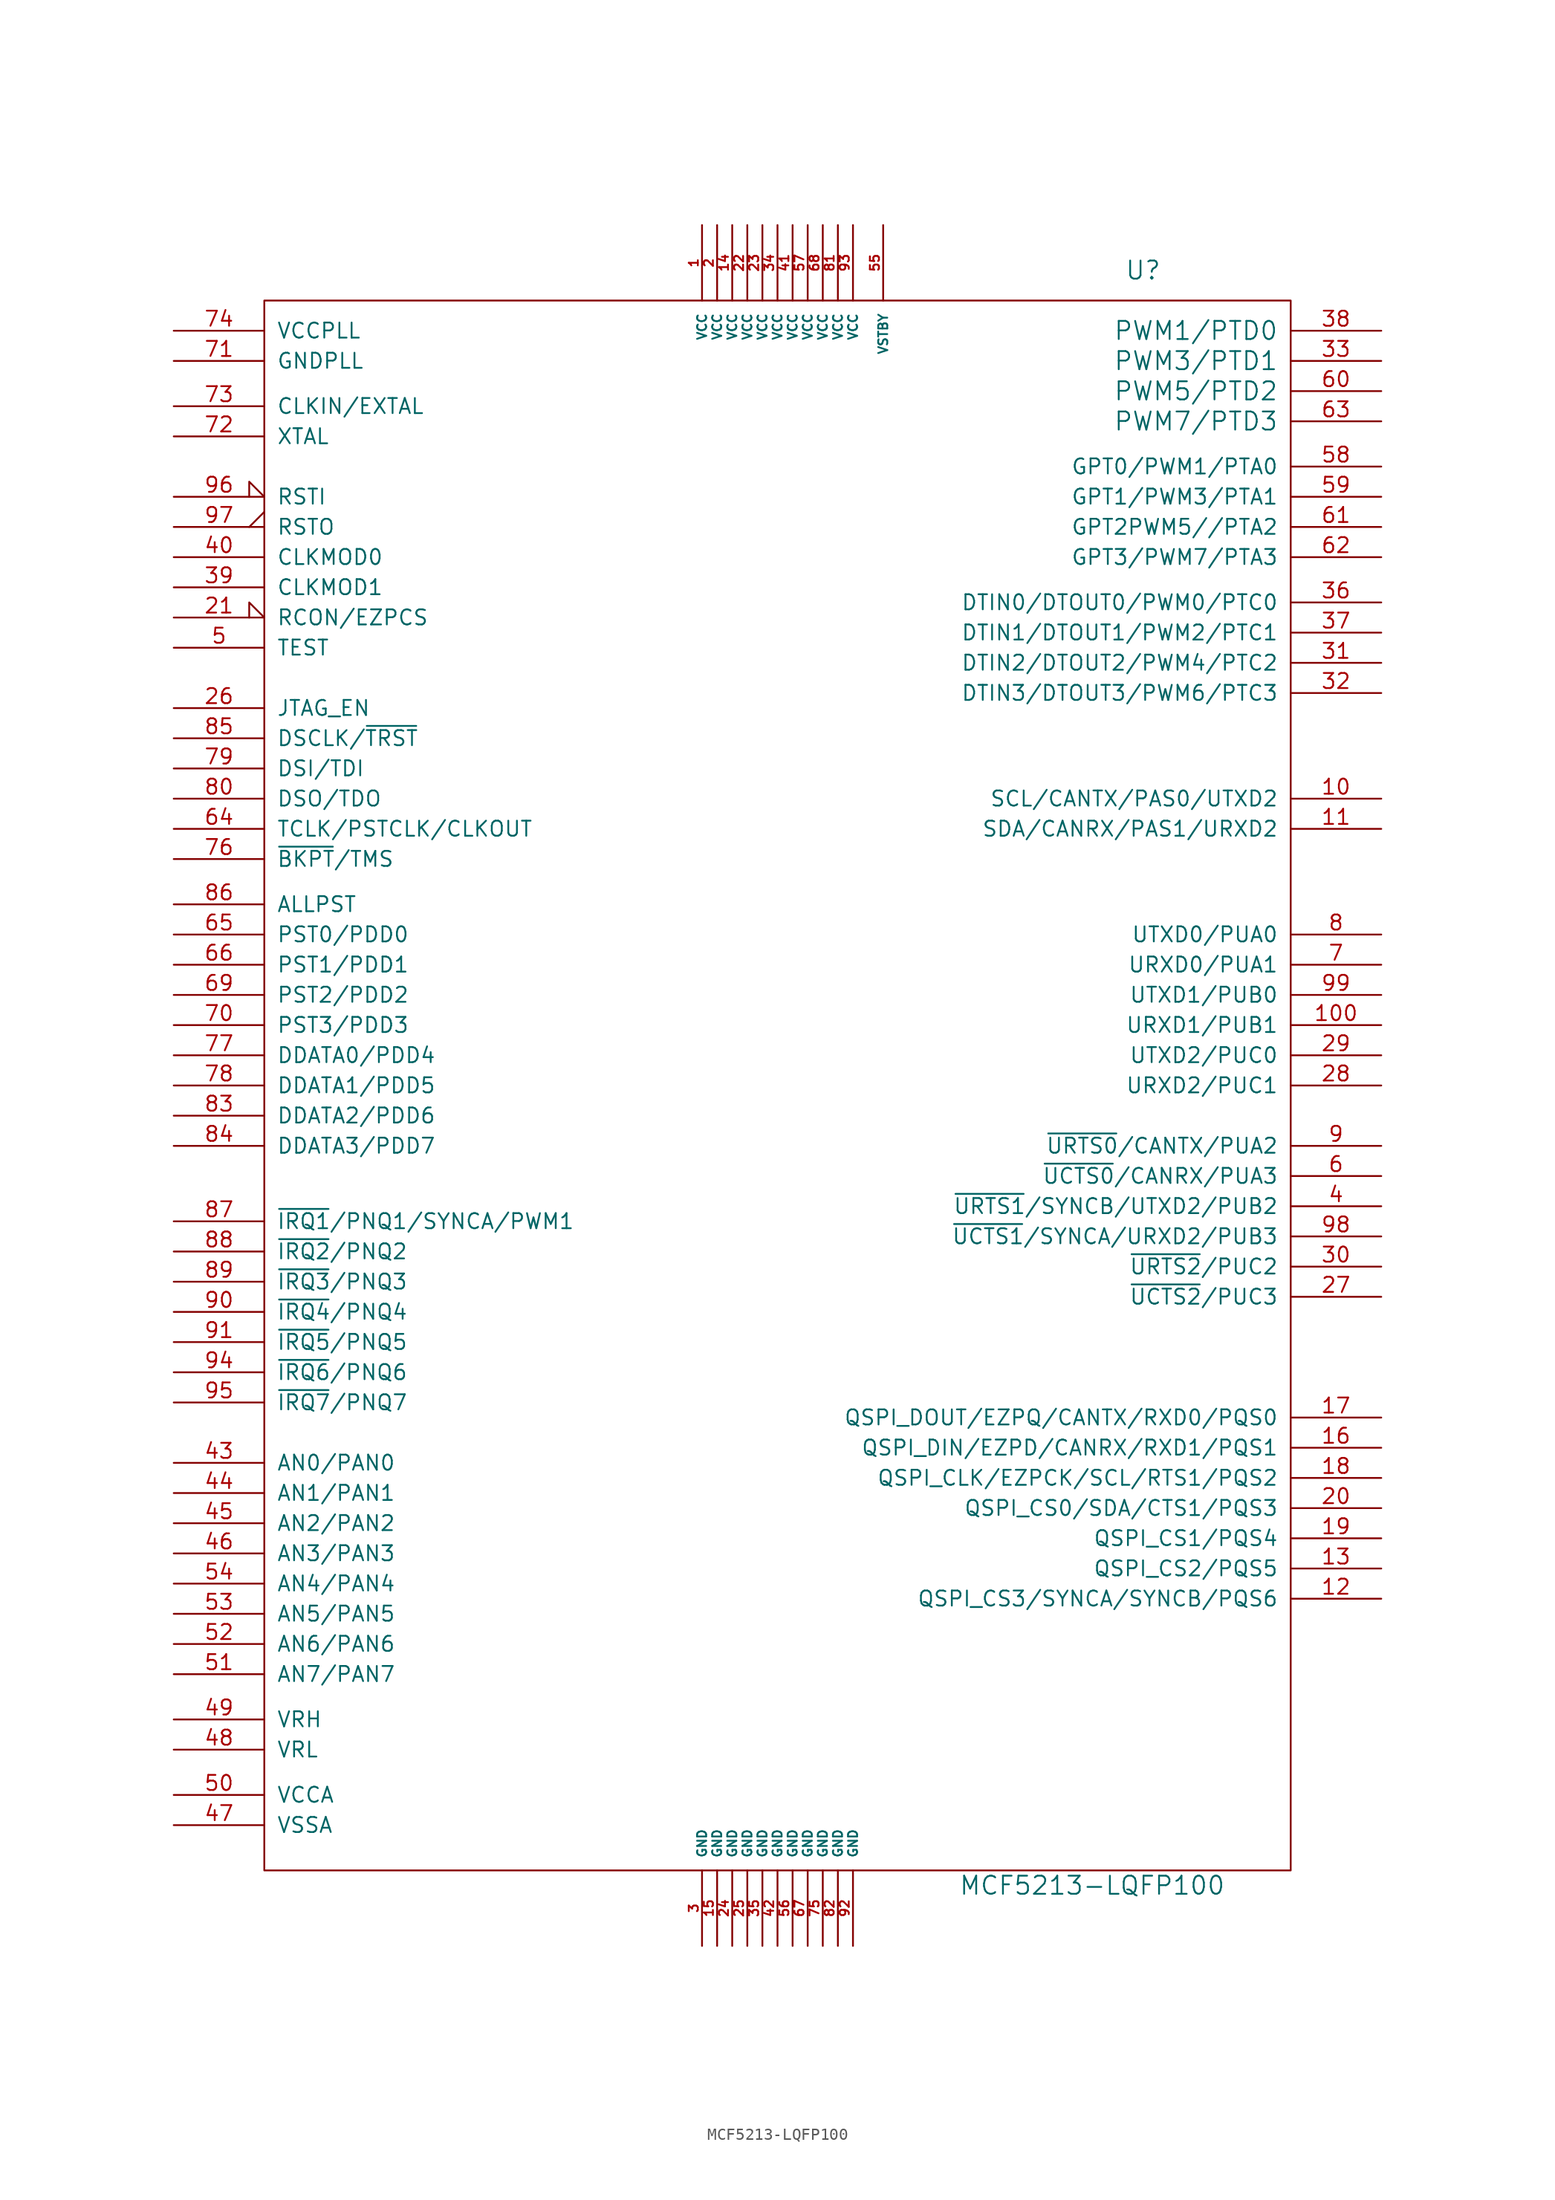
<source format=kicad_sym>
(kicad_symbol_lib
  (version 20201005)
  (generator kicad_symbol_editor)
  (symbol "kit-coldfire_schlib:MCF5213-LQFP100"
    (pin_names
      (offset 1.016))
    (property "Reference" "U"
      (at 29.21 68.58 0)
      (effects (font (size 1.524 1.524)) (justify left)))
    (property "Value" "MCF5213-LQFP100"
      (at 15.24 -67.31 0)
      (effects (font (size 1.524 1.524)) (justify left)))
    (property "Footprint" ""
      (at 0 0 0)
      (effects (font (size 1.524 1.524))))
    (property "Datasheet" ""
      (at 0 0 0)
      (effects (font (size 1.524 1.524))))
    (symbol "MCF5213-LQFP100_0_1"
      (rectangle (start -43.18 66.04) (end 43.18 -66.04) (stroke (width 0)) (fill (type none))))
    (symbol "MCF5213-LQFP100_1_1"
      (pin power_in line (at -6.35 72.39 270) (length 6.35) (name "VCC" (effects (font (size 0.762 0.762)))) (number "1" (effects (font (size 0.762 0.762)))))
      (pin bidirectional line (at 50.8 24.13 180) (length 7.62) (name "SCL/CANTX/PAS0/UTXD2" (effects (font (size 1.27 1.27)))) (number "10" (effects (font (size 1.27 1.27)))))
      (pin bidirectional line (at 50.8 5.08 180) (length 7.62) (name "URXD1/PUB1" (effects (font (size 1.27 1.27)))) (number "100" (effects (font (size 1.27 1.27)))))
      (pin bidirectional line (at 50.8 21.59 180) (length 7.62) (name "SDA/CANRX/PAS1/URXD2" (effects (font (size 1.27 1.27)))) (number "11" (effects (font (size 1.27 1.27)))))
      (pin bidirectional line (at 50.8 -43.18 180) (length 7.62) (name "QSPI_CS3/SYNCA/SYNCB/PQS6" (effects (font (size 1.27 1.27)))) (number "12" (effects (font (size 1.27 1.27)))))
      (pin bidirectional line (at 50.8 -40.64 180) (length 7.62) (name "QSPI_CS2/PQS5" (effects (font (size 1.27 1.27)))) (number "13" (effects (font (size 1.27 1.27)))))
      (pin power_in line (at -3.81 72.39 270) (length 6.35) (name "VCC" (effects (font (size 0.762 0.762)))) (number "14" (effects (font (size 0.762 0.762)))))
      (pin power_in line (at -5.08 -72.39 90) (length 6.35) (name "GND" (effects (font (size 0.762 0.762)))) (number "15" (effects (font (size 0.762 0.762)))))
      (pin bidirectional line (at 50.8 -30.48 180) (length 7.62) (name "QSPI_DIN/EZPD/CANRX/RXD1/PQS1" (effects (font (size 1.27 1.27)))) (number "16" (effects (font (size 1.27 1.27)))))
      (pin bidirectional line (at 50.8 -27.94 180) (length 7.62) (name "QSPI_DOUT/EZPQ/CANTX/RXD0/PQS0" (effects (font (size 1.27 1.27)))) (number "17" (effects (font (size 1.27 1.27)))))
      (pin bidirectional line (at 50.8 -33.02 180) (length 7.62) (name "QSPI_CLK/EZPCK/SCL/RTS1/PQS2" (effects (font (size 1.27 1.27)))) (number "18" (effects (font (size 1.27 1.27)))))
      (pin bidirectional line (at 50.8 -38.1 180) (length 7.62) (name "QSPI_CS1/PQS4" (effects (font (size 1.27 1.27)))) (number "19" (effects (font (size 1.27 1.27)))))
      (pin power_in line (at -5.08 72.39 270) (length 6.35) (name "VCC" (effects (font (size 0.762 0.762)))) (number "2" (effects (font (size 0.762 0.762)))))
      (pin bidirectional line (at 50.8 -35.56 180) (length 7.62) (name "QSPI_CS0/SDA/CTS1/PQS3" (effects (font (size 1.27 1.27)))) (number "20" (effects (font (size 1.27 1.27)))))
      (pin input input_low (at -50.8 39.37 0) (length 7.62) (name "RCON/EZPCS" (effects (font (size 1.27 1.27)))) (number "21" (effects (font (size 1.27 1.27)))))
      (pin power_in line (at -2.54 72.39 270) (length 6.35) (name "VCC" (effects (font (size 0.762 0.762)))) (number "22" (effects (font (size 0.762 0.762)))))
      (pin power_in line (at -1.27 72.39 270) (length 6.35) (name "VCC" (effects (font (size 0.762 0.762)))) (number "23" (effects (font (size 0.762 0.762)))))
      (pin power_in line (at -3.81 -72.39 90) (length 6.35) (name "GND" (effects (font (size 0.762 0.762)))) (number "24" (effects (font (size 0.762 0.762)))))
      (pin power_in line (at -2.54 -72.39 90) (length 6.35) (name "GND" (effects (font (size 0.762 0.762)))) (number "25" (effects (font (size 0.762 0.762)))))
      (pin input line (at -50.8 31.75 0) (length 7.62) (name "JTAG_EN" (effects (font (size 1.27 1.27)))) (number "26" (effects (font (size 1.27 1.27)))))
      (pin bidirectional line (at 50.8 -17.78 180) (length 7.62) (name "~UCTS2~/PUC3" (effects (font (size 1.27 1.27)))) (number "27" (effects (font (size 1.27 1.27)))))
      (pin bidirectional line (at 50.8 0 180) (length 7.62) (name "URXD2/PUC1" (effects (font (size 1.27 1.27)))) (number "28" (effects (font (size 1.27 1.27)))))
      (pin bidirectional line (at 50.8 2.54 180) (length 7.62) (name "UTXD2/PUC0" (effects (font (size 1.27 1.27)))) (number "29" (effects (font (size 1.27 1.27)))))
      (pin power_in line (at -6.35 -72.39 90) (length 6.35) (name "GND" (effects (font (size 0.762 0.762)))) (number "3" (effects (font (size 0.762 0.762)))))
      (pin bidirectional line (at 50.8 -15.24 180) (length 7.62) (name "~URTS2~/PUC2" (effects (font (size 1.27 1.27)))) (number "30" (effects (font (size 1.27 1.27)))))
      (pin bidirectional line (at 50.8 35.56 180) (length 7.62) (name "DTIN2/DTOUT2/PWM4/PTC2" (effects (font (size 1.27 1.27)))) (number "31" (effects (font (size 1.27 1.27)))))
      (pin bidirectional line (at 50.8 33.02 180) (length 7.62) (name "DTIN3/DTOUT3/PWM6/PTC3" (effects (font (size 1.27 1.27)))) (number "32" (effects (font (size 1.27 1.27)))))
      (pin bidirectional line (at 50.8 60.96 180) (length 7.62) (name "PWM3/PTD1" (effects (font (size 1.524 1.524)))) (number "33" (effects (font (size 1.27 1.27)))))
      (pin power_in line (at 0 72.39 270) (length 6.35) (name "VCC" (effects (font (size 0.762 0.762)))) (number "34" (effects (font (size 0.762 0.762)))))
      (pin power_in line (at -1.27 -72.39 90) (length 6.35) (name "GND" (effects (font (size 0.762 0.762)))) (number "35" (effects (font (size 0.762 0.762)))))
      (pin bidirectional line (at 50.8 40.64 180) (length 7.62) (name "DTIN0/DTOUT0/PWM0/PTC0" (effects (font (size 1.27 1.27)))) (number "36" (effects (font (size 1.27 1.27)))))
      (pin bidirectional line (at 50.8 38.1 180) (length 7.62) (name "DTIN1/DTOUT1/PWM2/PTC1" (effects (font (size 1.27 1.27)))) (number "37" (effects (font (size 1.27 1.27)))))
      (pin bidirectional line (at 50.8 63.5 180) (length 7.62) (name "PWM1/PTD0" (effects (font (size 1.524 1.524)))) (number "38" (effects (font (size 1.27 1.27)))))
      (pin input line (at -50.8 41.91 0) (length 7.62) (name "CLKMOD1" (effects (font (size 1.27 1.27)))) (number "39" (effects (font (size 1.27 1.27)))))
      (pin bidirectional line (at 50.8 -10.16 180) (length 7.62) (name "~URTS1~/SYNCB/UTXD2/PUB2" (effects (font (size 1.27 1.27)))) (number "4" (effects (font (size 1.27 1.27)))))
      (pin input line (at -50.8 44.45 0) (length 7.62) (name "CLKMOD0" (effects (font (size 1.27 1.27)))) (number "40" (effects (font (size 1.27 1.27)))))
      (pin power_in line (at 1.27 72.39 270) (length 6.35) (name "VCC" (effects (font (size 0.762 0.762)))) (number "41" (effects (font (size 0.762 0.762)))))
      (pin power_in line (at 0 -72.39 90) (length 6.35) (name "GND" (effects (font (size 0.762 0.762)))) (number "42" (effects (font (size 0.762 0.762)))))
      (pin bidirectional line (at -50.8 -31.75 0) (length 7.62) (name "AN0/PAN0" (effects (font (size 1.27 1.27)))) (number "43" (effects (font (size 1.27 1.27)))))
      (pin bidirectional line (at -50.8 -34.29 0) (length 7.62) (name "AN1/PAN1" (effects (font (size 1.27 1.27)))) (number "44" (effects (font (size 1.27 1.27)))))
      (pin bidirectional line (at -50.8 -36.83 0) (length 7.62) (name "AN2/PAN2" (effects (font (size 1.27 1.27)))) (number "45" (effects (font (size 1.27 1.27)))))
      (pin bidirectional line (at -50.8 -39.37 0) (length 7.62) (name "AN3/PAN3" (effects (font (size 1.27 1.27)))) (number "46" (effects (font (size 1.27 1.27)))))
      (pin input line (at -50.8 -62.23 0) (length 7.62) (name "VSSA" (effects (font (size 1.27 1.27)))) (number "47" (effects (font (size 1.27 1.27)))))
      (pin input line (at -50.8 -55.88 0) (length 7.62) (name "VRL" (effects (font (size 1.27 1.27)))) (number "48" (effects (font (size 1.27 1.27)))))
      (pin input line (at -50.8 -53.34 0) (length 7.62) (name "VRH" (effects (font (size 1.27 1.27)))) (number "49" (effects (font (size 1.27 1.27)))))
      (pin input line (at -50.8 36.83 0) (length 7.62) (name "TEST" (effects (font (size 1.27 1.27)))) (number "5" (effects (font (size 1.27 1.27)))))
      (pin input line (at -50.8 -59.69 0) (length 7.62) (name "VCCA" (effects (font (size 1.27 1.27)))) (number "50" (effects (font (size 1.27 1.27)))))
      (pin bidirectional line (at -50.8 -49.53 0) (length 7.62) (name "AN7/PAN7" (effects (font (size 1.27 1.27)))) (number "51" (effects (font (size 1.27 1.27)))))
      (pin bidirectional line (at -50.8 -46.99 0) (length 7.62) (name "AN6/PAN6" (effects (font (size 1.27 1.27)))) (number "52" (effects (font (size 1.27 1.27)))))
      (pin bidirectional line (at -50.8 -44.45 0) (length 7.62) (name "AN5/PAN5" (effects (font (size 1.27 1.27)))) (number "53" (effects (font (size 1.27 1.27)))))
      (pin bidirectional line (at -50.8 -41.91 0) (length 7.62) (name "AN4/PAN4" (effects (font (size 1.27 1.27)))) (number "54" (effects (font (size 1.27 1.27)))))
      (pin power_in line (at 8.89 72.39 270) (length 6.35) (name "VSTBY" (effects (font (size 0.762 0.762)))) (number "55" (effects (font (size 0.762 0.762)))))
      (pin power_in line (at 1.27 -72.39 90) (length 6.35) (name "GND" (effects (font (size 0.762 0.762)))) (number "56" (effects (font (size 0.762 0.762)))))
      (pin power_in line (at 2.54 72.39 270) (length 6.35) (name "VCC" (effects (font (size 0.762 0.762)))) (number "57" (effects (font (size 0.762 0.762)))))
      (pin bidirectional line (at 50.8 52.07 180) (length 7.62) (name "GPT0/PWM1/PTA0" (effects (font (size 1.27 1.27)))) (number "58" (effects (font (size 1.27 1.27)))))
      (pin bidirectional line (at 50.8 49.53 180) (length 7.62) (name "GPT1/PWM3/PTA1" (effects (font (size 1.27 1.27)))) (number "59" (effects (font (size 1.27 1.27)))))
      (pin bidirectional line (at 50.8 -7.62 180) (length 7.62) (name "~UCTS0~/CANRX/PUA3" (effects (font (size 1.27 1.27)))) (number "6" (effects (font (size 1.27 1.27)))))
      (pin bidirectional line (at 50.8 58.42 180) (length 7.62) (name "PWM5/PTD2" (effects (font (size 1.524 1.524)))) (number "60" (effects (font (size 1.27 1.27)))))
      (pin bidirectional line (at 50.8 46.99 180) (length 7.62) (name "GPT2PWM5//PTA2" (effects (font (size 1.27 1.27)))) (number "61" (effects (font (size 1.27 1.27)))))
      (pin bidirectional line (at 50.8 44.45 180) (length 7.62) (name "GPT3/PWM7/PTA3" (effects (font (size 1.27 1.27)))) (number "62" (effects (font (size 1.27 1.27)))))
      (pin bidirectional line (at 50.8 55.88 180) (length 7.62) (name "PWM7/PTD3" (effects (font (size 1.524 1.524)))) (number "63" (effects (font (size 1.27 1.27)))))
      (pin input line (at -50.8 21.59 0) (length 7.62) (name "TCLK/PSTCLK/CLKOUT" (effects (font (size 1.27 1.27)))) (number "64" (effects (font (size 1.27 1.27)))))
      (pin bidirectional line (at -50.8 12.7 0) (length 7.62) (name "PST0/PDD0" (effects (font (size 1.27 1.27)))) (number "65" (effects (font (size 1.27 1.27)))))
      (pin bidirectional line (at -50.8 10.16 0) (length 7.62) (name "PST1/PDD1" (effects (font (size 1.27 1.27)))) (number "66" (effects (font (size 1.27 1.27)))))
      (pin power_in line (at 2.54 -72.39 90) (length 6.35) (name "GND" (effects (font (size 0.762 0.762)))) (number "67" (effects (font (size 0.762 0.762)))))
      (pin power_in line (at 3.81 72.39 270) (length 6.35) (name "VCC" (effects (font (size 0.762 0.762)))) (number "68" (effects (font (size 0.762 0.762)))))
      (pin bidirectional line (at -50.8 7.62 0) (length 7.62) (name "PST2/PDD2" (effects (font (size 1.27 1.27)))) (number "69" (effects (font (size 1.27 1.27)))))
      (pin bidirectional line (at 50.8 10.16 180) (length 7.62) (name "URXD0/PUA1" (effects (font (size 1.27 1.27)))) (number "7" (effects (font (size 1.27 1.27)))))
      (pin bidirectional line (at -50.8 5.08 0) (length 7.62) (name "PST3/PDD3" (effects (font (size 1.27 1.27)))) (number "70" (effects (font (size 1.27 1.27)))))
      (pin passive line (at -50.8 60.96 0) (length 7.62) (name "GNDPLL" (effects (font (size 1.27 1.27)))) (number "71" (effects (font (size 1.27 1.27)))))
      (pin output line (at -50.8 54.61 0) (length 7.62) (name "XTAL" (effects (font (size 1.27 1.27)))) (number "72" (effects (font (size 1.27 1.27)))))
      (pin input line (at -50.8 57.15 0) (length 7.62) (name "CLKIN/EXTAL" (effects (font (size 1.27 1.27)))) (number "73" (effects (font (size 1.27 1.27)))))
      (pin passive line (at -50.8 63.5 0) (length 7.62) (name "VCCPLL" (effects (font (size 1.27 1.27)))) (number "74" (effects (font (size 1.27 1.27)))))
      (pin power_in line (at 3.81 -72.39 90) (length 6.35) (name "GND" (effects (font (size 0.762 0.762)))) (number "75" (effects (font (size 0.762 0.762)))))
      (pin input line (at -50.8 19.05 0) (length 7.62) (name "~BKPT~/TMS" (effects (font (size 1.27 1.27)))) (number "76" (effects (font (size 1.27 1.27)))))
      (pin bidirectional line (at -50.8 2.54 0) (length 7.62) (name "DDATA0/PDD4" (effects (font (size 1.27 1.27)))) (number "77" (effects (font (size 1.27 1.27)))))
      (pin bidirectional line (at -50.8 0 0) (length 7.62) (name "DDATA1/PDD5" (effects (font (size 1.27 1.27)))) (number "78" (effects (font (size 1.27 1.27)))))
      (pin input line (at -50.8 26.67 0) (length 7.62) (name "DSI/TDI" (effects (font (size 1.27 1.27)))) (number "79" (effects (font (size 1.27 1.27)))))
      (pin bidirectional line (at 50.8 12.7 180) (length 7.62) (name "UTXD0/PUA0" (effects (font (size 1.27 1.27)))) (number "8" (effects (font (size 1.27 1.27)))))
      (pin output line (at -50.8 24.13 0) (length 7.62) (name "DSO/TDO" (effects (font (size 1.27 1.27)))) (number "80" (effects (font (size 1.27 1.27)))))
      (pin power_in line (at 5.08 72.39 270) (length 6.35) (name "VCC" (effects (font (size 0.762 0.762)))) (number "81" (effects (font (size 0.762 0.762)))))
      (pin power_in line (at 5.08 -72.39 90) (length 6.35) (name "GND" (effects (font (size 0.762 0.762)))) (number "82" (effects (font (size 0.762 0.762)))))
      (pin bidirectional line (at -50.8 -2.54 0) (length 7.62) (name "DDATA2/PDD6" (effects (font (size 1.27 1.27)))) (number "83" (effects (font (size 1.27 1.27)))))
      (pin bidirectional line (at -50.8 -5.08 0) (length 7.62) (name "DDATA3/PDD7" (effects (font (size 1.27 1.27)))) (number "84" (effects (font (size 1.27 1.27)))))
      (pin input line (at -50.8 29.21 0) (length 7.62) (name "DSCLK/~TRST~" (effects (font (size 1.27 1.27)))) (number "85" (effects (font (size 1.27 1.27)))))
      (pin output line (at -50.8 15.24 0) (length 7.62) (name "ALLPST" (effects (font (size 1.27 1.27)))) (number "86" (effects (font (size 1.27 1.27)))))
      (pin bidirectional line (at -50.8 -11.43 0) (length 7.62) (name "~IRQ1~/PNQ1/SYNCA/PWM1" (effects (font (size 1.27 1.27)))) (number "87" (effects (font (size 1.27 1.27)))))
      (pin bidirectional line (at -50.8 -13.97 0) (length 7.62) (name "~IRQ2~/PNQ2" (effects (font (size 1.27 1.27)))) (number "88" (effects (font (size 1.27 1.27)))))
      (pin bidirectional line (at -50.8 -16.51 0) (length 7.62) (name "~IRQ3~/PNQ3" (effects (font (size 1.27 1.27)))) (number "89" (effects (font (size 1.27 1.27)))))
      (pin bidirectional line (at 50.8 -5.08 180) (length 7.62) (name "~URTS0~/CANTX/PUA2" (effects (font (size 1.27 1.27)))) (number "9" (effects (font (size 1.27 1.27)))))
      (pin bidirectional line (at -50.8 -19.05 0) (length 7.62) (name "~IRQ4~/PNQ4" (effects (font (size 1.27 1.27)))) (number "90" (effects (font (size 1.27 1.27)))))
      (pin bidirectional line (at -50.8 -21.59 0) (length 7.62) (name "~IRQ5~/PNQ5" (effects (font (size 1.27 1.27)))) (number "91" (effects (font (size 1.27 1.27)))))
      (pin power_in line (at 6.35 -72.39 90) (length 6.35) (name "GND" (effects (font (size 0.762 0.762)))) (number "92" (effects (font (size 0.762 0.762)))))
      (pin power_in line (at 6.35 72.39 270) (length 6.35) (name "VCC" (effects (font (size 0.762 0.762)))) (number "93" (effects (font (size 0.762 0.762)))))
      (pin bidirectional line (at -50.8 -24.13 0) (length 7.62) (name "~IRQ6~/PNQ6" (effects (font (size 1.27 1.27)))) (number "94" (effects (font (size 1.27 1.27)))))
      (pin bidirectional line (at -50.8 -26.67 0) (length 7.62) (name "~IRQ7~/PNQ7" (effects (font (size 1.27 1.27)))) (number "95" (effects (font (size 1.27 1.27)))))
      (pin input input_low (at -50.8 49.53 0) (length 7.62) (name "RSTI" (effects (font (size 1.27 1.27)))) (number "96" (effects (font (size 1.27 1.27)))))
      (pin output output_low (at -50.8 46.99 0) (length 7.62) (name "RSTO" (effects (font (size 1.27 1.27)))) (number "97" (effects (font (size 1.27 1.27)))))
      (pin bidirectional line (at 50.8 -12.7 180) (length 7.62) (name "~UCTS1~/SYNCA/URXD2/PUB3" (effects (font (size 1.27 1.27)))) (number "98" (effects (font (size 1.27 1.27)))))
      (pin bidirectional line (at 50.8 7.62 180) (length 7.62) (name "UTXD1/PUB0" (effects (font (size 1.27 1.27)))) (number "99" (effects (font (size 1.27 1.27))))))))
</source>
